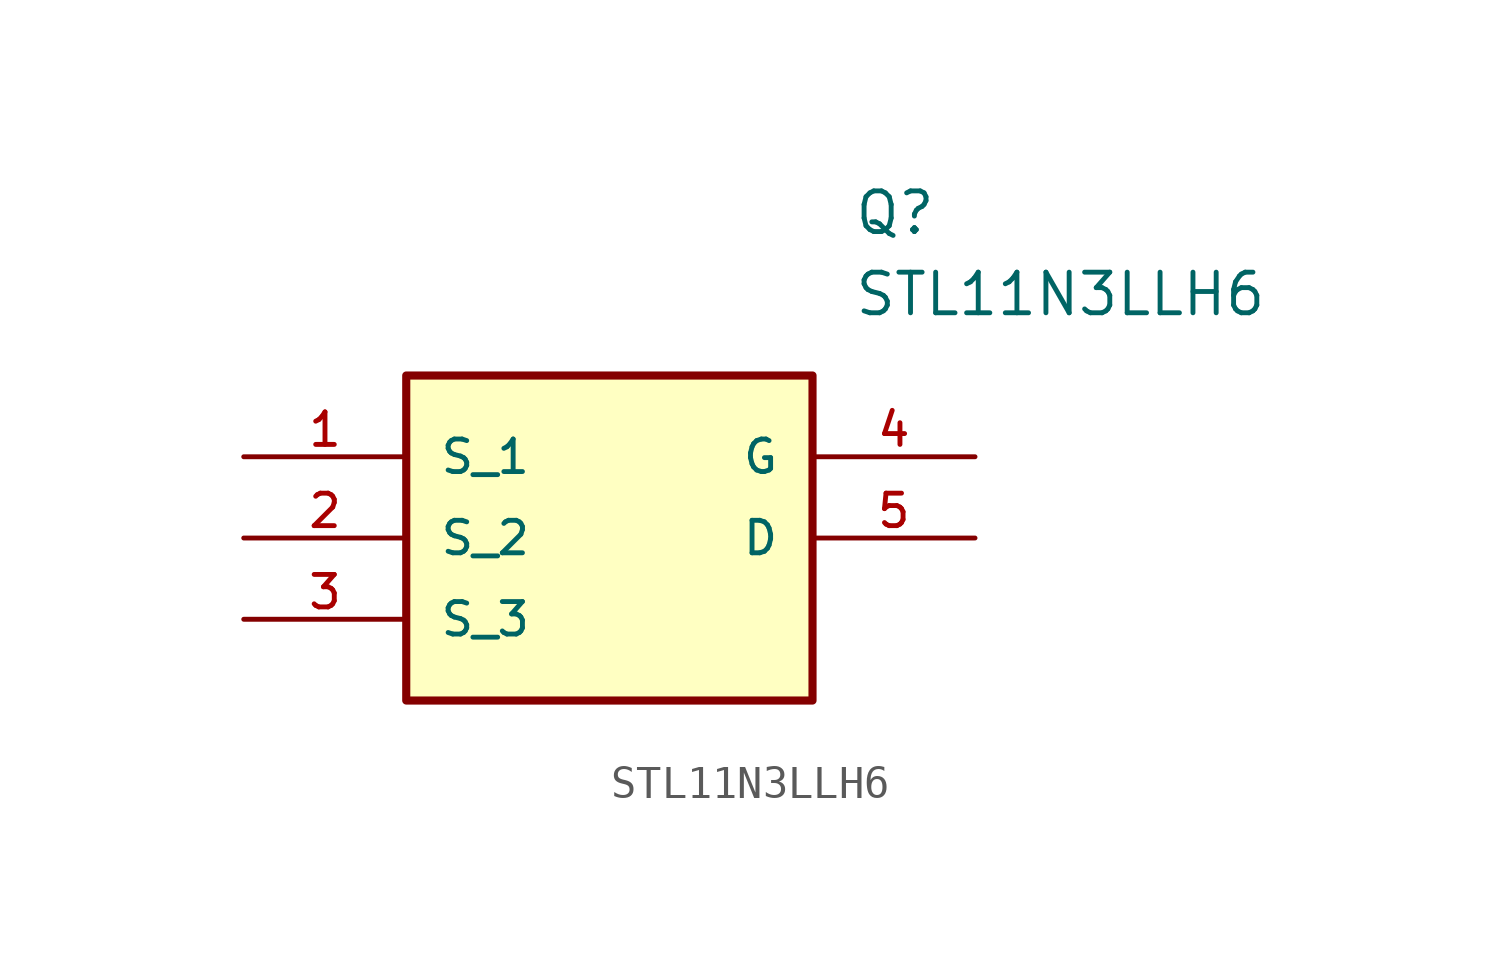
<source format=kicad_sym>
(kicad_symbol_lib
  (version 20211014)
  (generator kicad_symbol_editor)
  (symbol "STL11N3LLH6"
    (pin_names
      (offset 1.016))
    (property "Reference" "Q"
      (at 19.05 7.62 0)
      (effects (font (size 1.27 1.27)) (justify left)))
    (property "Value" "STL11N3LLH6"
      (at 19.05 5.08 0)
      (effects (font (size 1.27 1.27)) (justify left)))
    (symbol "STL11N3LLH6_0_0"
      (rectangle (start 5.08 -7.62) (end 17.78 2.54) (stroke (width 0.254)) (fill (type background)))
      (pin bidirectional line (at 0.0 0.0 0) (length 5.08) (name "S_1" (effects (font (size 1.016 1.016)))) (number "1" (effects (font (size 1.016 1.016)))))
      (pin bidirectional line (at 0.0 -2.54 0) (length 5.08) (name "S_2" (effects (font (size 1.016 1.016)))) (number "2" (effects (font (size 1.016 1.016)))))
      (pin bidirectional line (at 0.0 -5.08 0) (length 5.08) (name "S_3" (effects (font (size 1.016 1.016)))) (number "3" (effects (font (size 1.016 1.016)))))
      (pin bidirectional line (at 22.86 0.0 180.0) (length 5.08) (name "G" (effects (font (size 1.016 1.016)))) (number "4" (effects (font (size 1.016 1.016)))))
      (pin bidirectional line (at 22.86 -2.54 180.0) (length 5.08) (name "D" (effects (font (size 1.016 1.016)))) (number "5" (effects (font (size 1.016 1.016))))))))
</source>
